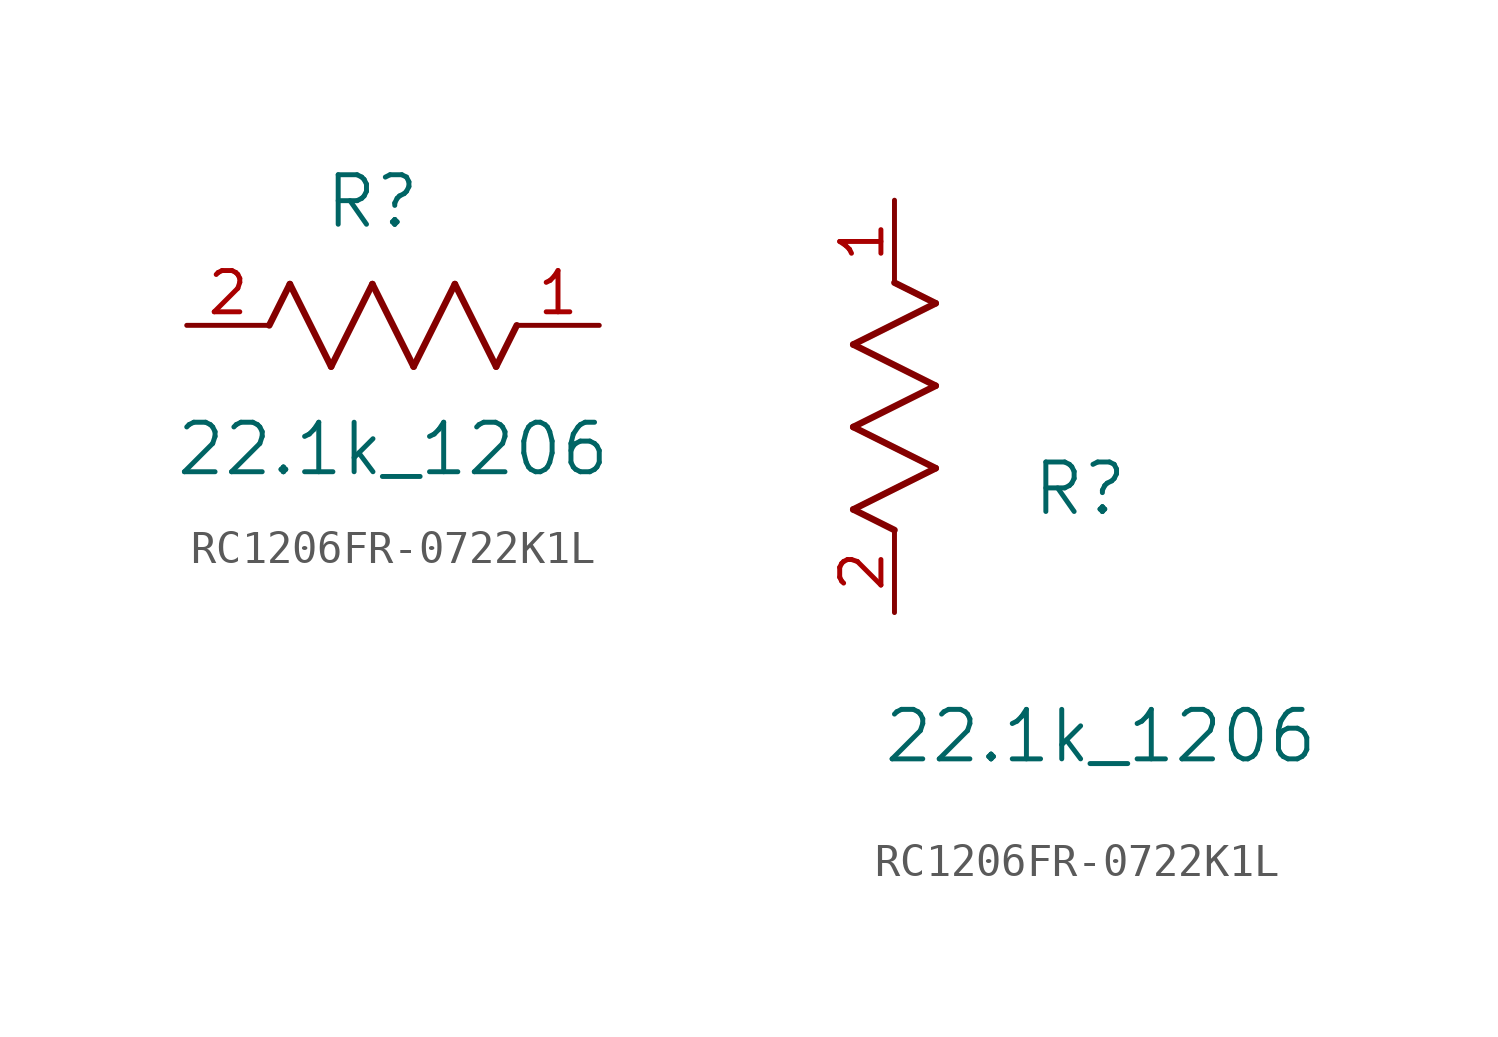
<source format=kicad_sym>
(kicad_symbol_lib
  (version 20220914)
  (generator kicad_symbol_editor)
  (symbol "RC1206FR-0722K1L"
    (pin_names
      (offset 0.254))
    (property "Reference" "R"
      (at 5.715 3.81 0)
      (effects (font (size 1.524 1.524))))
    (property "Value" "22.1k_1206"
      (at 6.35 -3.81 0)
      (effects (font (size 1.524 1.524))))
    (symbol "RC1206FR-0722K1L_1_1"
      (polyline (pts (xy 2.54 0) (xy 3.175 1.27)) (stroke (width 0.203) (type default)) (fill (type none)))
      (polyline (pts (xy 3.175 1.27) (xy 4.445 -1.27)) (stroke (width 0.203) (type default)) (fill (type none)))
      (polyline (pts (xy 4.445 -1.27) (xy 5.715 1.27)) (stroke (width 0.203) (type default)) (fill (type none)))
      (polyline (pts (xy 5.715 1.27) (xy 6.985 -1.27)) (stroke (width 0.203) (type default)) (fill (type none)))
      (polyline (pts (xy 6.985 -1.27) (xy 8.255 1.27)) (stroke (width 0.203) (type default)) (fill (type none)))
      (polyline (pts (xy 8.255 1.27) (xy 9.525 -1.27)) (stroke (width 0.203) (type default)) (fill (type none)))
      (polyline (pts (xy 9.525 -1.27) (xy 10.16 0)) (stroke (width 0.203) (type default)) (fill (type none)))
      (pin unspecified line (at 12.7 0 180) (length 2.54) (name "" (effects (font (size 1.27 1.27)))) (number "1" (effects (font (size 1.27 1.27)))))
      (pin unspecified line (at 0 0 0) (length 2.54) (name "" (effects (font (size 1.27 1.27)))) (number "2" (effects (font (size 1.27 1.27))))))
    (symbol "RC1206FR-0722K1L_1_2"
      (polyline (pts (xy -1.27 3.175) (xy 1.27 4.445)) (stroke (width 0.203) (type default)) (fill (type none)))
      (polyline (pts (xy -1.27 5.715) (xy 1.27 6.985)) (stroke (width 0.203) (type default)) (fill (type none)))
      (polyline (pts (xy -1.27 8.255) (xy 1.27 9.525)) (stroke (width 0.203) (type default)) (fill (type none)))
      (polyline (pts (xy 0 2.54) (xy -1.27 3.175)) (stroke (width 0.203) (type default)) (fill (type none)))
      (polyline (pts (xy 1.27 4.445) (xy -1.27 5.715)) (stroke (width 0.203) (type default)) (fill (type none)))
      (polyline (pts (xy 1.27 6.985) (xy -1.27 8.255)) (stroke (width 0.203) (type default)) (fill (type none)))
      (polyline (pts (xy 1.27 9.525) (xy 0 10.16)) (stroke (width 0.203) (type default)) (fill (type none)))
      (pin unspecified line (at 0 12.7 270) (length 2.54) (name "" (effects (font (size 1.27 1.27)))) (number "1" (effects (font (size 1.27 1.27)))))
      (pin unspecified line (at 0 0 90) (length 2.54) (name "" (effects (font (size 1.27 1.27)))) (number "2" (effects (font (size 1.27 1.27))))))))
</source>
